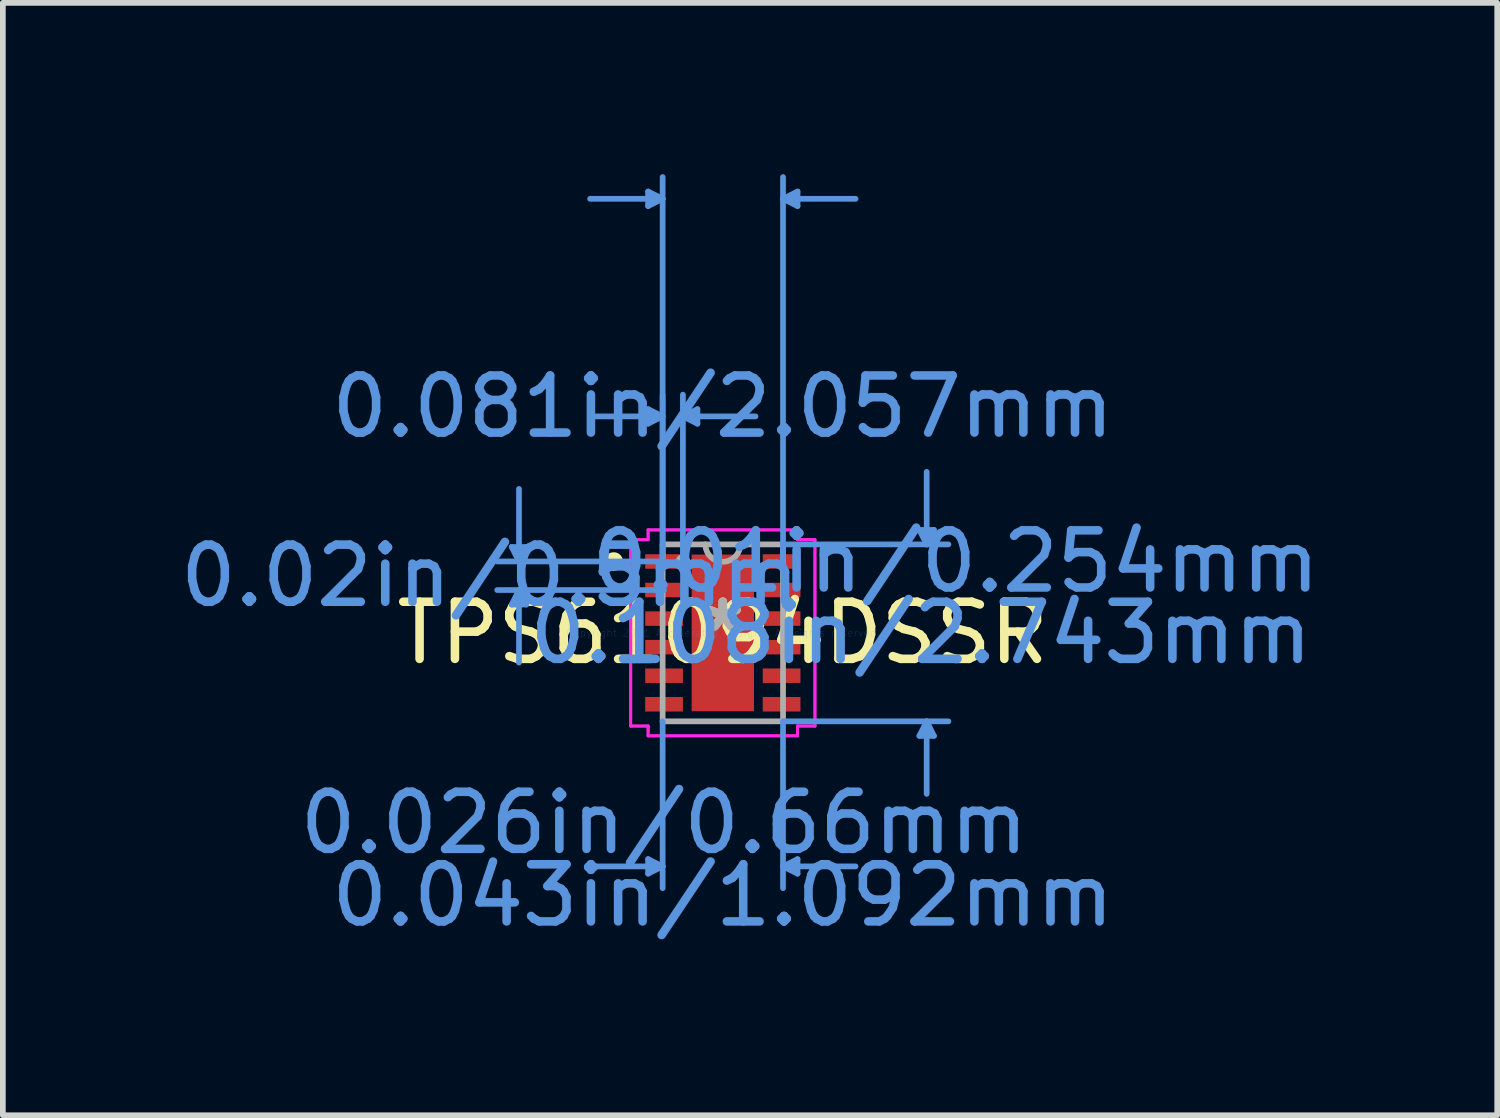
<source format=kicad_pcb>
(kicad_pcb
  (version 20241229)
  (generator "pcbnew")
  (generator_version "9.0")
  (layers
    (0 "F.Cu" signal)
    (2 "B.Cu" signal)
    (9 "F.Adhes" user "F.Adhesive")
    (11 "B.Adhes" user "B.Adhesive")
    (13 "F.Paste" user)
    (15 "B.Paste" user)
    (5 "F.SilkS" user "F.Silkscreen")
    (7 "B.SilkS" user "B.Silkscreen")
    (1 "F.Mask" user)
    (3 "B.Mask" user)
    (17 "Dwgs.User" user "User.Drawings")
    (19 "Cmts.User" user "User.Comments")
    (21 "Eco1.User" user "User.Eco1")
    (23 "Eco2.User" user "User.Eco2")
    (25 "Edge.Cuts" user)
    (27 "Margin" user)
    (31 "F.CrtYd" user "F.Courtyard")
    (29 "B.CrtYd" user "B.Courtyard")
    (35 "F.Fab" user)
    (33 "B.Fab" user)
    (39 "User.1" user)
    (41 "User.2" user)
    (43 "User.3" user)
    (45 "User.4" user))
  (footprint "TPS61094DSSR"
    (layer "F.Cu")
    (at 9.606 8.031)
    (property "Reference" "TPS61094DSSR" (at 0 0 0) (layer "F.SilkS") (effects (font (size 1 1) (thickness 0.15))))
    (attr through_hole)
    (fp_circle (center -1.91 -1.25) (end -1.808 -1.25) (stroke (width 0.12) (type solid)) (fill no) (layer "F.SilkS"))
    (fp_poly (pts (xy -0.446 -1.272) (xy -0.446 -0.1) (xy 0.446 -0.1) (xy 0.446 -1.272)) (stroke (width 0.1) (type solid)) (fill yes) (layer "F.Paste"))
    (fp_poly (pts (xy -0.446 0.1) (xy -0.446 1.272) (xy 0.446 1.272) (xy 0.446 0.1)) (stroke (width 0.1) (type solid)) (fill yes) (layer "F.Paste"))
    (fp_line (start -3.696 -1.504) (end -3.442 -1.504) (stroke (width 0.1) (type solid)) (layer "Cmts.User"))
    (fp_line (start -3.696 -0.496) (end -3.442 -0.496) (stroke (width 0.1) (type solid)) (layer "Cmts.User"))
    (fp_line (start -3.569 -1.25) (end -3.696 -1.504) (stroke (width 0.1) (type solid)) (layer "Cmts.User"))
    (fp_line (start -3.569 -1.25) (end -3.569 -2.52) (stroke (width 0.1) (type solid)) (layer "Cmts.User"))
    (fp_line (start -3.569 -1.25) (end -3.442 -1.504) (stroke (width 0.1) (type solid)) (layer "Cmts.User"))
    (fp_line (start -3.569 -0.75) (end -3.696 -0.496) (stroke (width 0.1) (type solid)) (layer "Cmts.User"))
    (fp_line (start -3.569 -0.75) (end -3.569 0.52) (stroke (width 0.1) (type solid)) (layer "Cmts.User"))
    (fp_line (start -3.569 -0.75) (end -3.442 -0.496) (stroke (width 0.1) (type solid)) (layer "Cmts.User"))
    (fp_line (start -1.308 -7.727) (end -1.308 -7.473) (stroke (width 0.1) (type solid)) (layer "Cmts.User"))
    (fp_line (start -1.308 -3.917) (end -1.308 -3.663) (stroke (width 0.1) (type solid)) (layer "Cmts.User"))
    (fp_line (start -1.308 3.962) (end -1.308 4.216) (stroke (width 0.1) (type solid)) (layer "Cmts.User"))
    (fp_line (start -1.054 -7.6) (end -2.324 -7.6) (stroke (width 0.1) (type solid)) (layer "Cmts.User"))
    (fp_line (start -1.054 -7.6) (end -1.308 -7.727) (stroke (width 0.1) (type solid)) (layer "Cmts.User"))
    (fp_line (start -1.054 -7.6) (end -1.308 -7.473) (stroke (width 0.1) (type solid)) (layer "Cmts.User"))
    (fp_line (start -1.054 -3.79) (end -2.324 -3.79) (stroke (width 0.1) (type solid)) (layer "Cmts.User"))
    (fp_line (start -1.054 -3.79) (end -1.308 -3.917) (stroke (width 0.1) (type solid)) (layer "Cmts.User"))
    (fp_line (start -1.054 -3.79) (end -1.308 -3.663) (stroke (width 0.1) (type solid)) (layer "Cmts.User"))
    (fp_line (start -1.054 -1.25) (end -1.054 -7.981) (stroke (width 0.1) (type solid)) (layer "Cmts.User"))
    (fp_line (start -1.054 -1.25) (end -1.054 -4.171) (stroke (width 0.1) (type solid)) (layer "Cmts.User"))
    (fp_line (start -1.054 1.549) (end -1.054 4.47) (stroke (width 0.1) (type solid)) (layer "Cmts.User"))
    (fp_line (start -1.054 4.089) (end -2.324 4.089) (stroke (width 0.1) (type solid)) (layer "Cmts.User"))
    (fp_line (start -1.054 4.089) (end -1.308 3.962) (stroke (width 0.1) (type solid)) (layer "Cmts.User"))
    (fp_line (start -1.054 4.089) (end -1.308 4.216) (stroke (width 0.1) (type solid)) (layer "Cmts.User"))
    (fp_line (start -1.029 -1.25) (end -3.95 -1.25) (stroke (width 0.1) (type solid)) (layer "Cmts.User"))
    (fp_line (start -1.029 -0.75) (end -3.95 -0.75) (stroke (width 0.1) (type solid)) (layer "Cmts.User"))
    (fp_line (start -0.699 -3.79) (end -0.445 -3.917) (stroke (width 0.1) (type solid)) (layer "Cmts.User"))
    (fp_line (start -0.699 -3.79) (end -0.445 -3.663) (stroke (width 0.1) (type solid)) (layer "Cmts.User"))
    (fp_line (start -0.699 -3.79) (end 0.572 -3.79) (stroke (width 0.1) (type solid)) (layer "Cmts.User"))
    (fp_line (start -0.699 -1.25) (end -0.699 -4.171) (stroke (width 0.1) (type solid)) (layer "Cmts.User"))
    (fp_line (start -0.445 -3.917) (end -0.445 -3.663) (stroke (width 0.1) (type solid)) (layer "Cmts.User"))
    (fp_line (start 1.054 -7.6) (end 1.308 -7.727) (stroke (width 0.1) (type solid)) (layer "Cmts.User"))
    (fp_line (start 1.054 -7.6) (end 1.308 -7.473) (stroke (width 0.1) (type solid)) (layer "Cmts.User"))
    (fp_line (start 1.054 -7.6) (end 2.324 -7.6) (stroke (width 0.1) (type solid)) (layer "Cmts.User"))
    (fp_line (start 1.054 -1.549) (end 3.95 -1.549) (stroke (width 0.1) (type solid)) (layer "Cmts.User"))
    (fp_line (start 1.054 -1.25) (end 1.054 -7.981) (stroke (width 0.1) (type solid)) (layer "Cmts.User"))
    (fp_line (start 1.054 1.549) (end 1.054 4.47) (stroke (width 0.1) (type solid)) (layer "Cmts.User"))
    (fp_line (start 1.054 1.549) (end 3.95 1.549) (stroke (width 0.1) (type solid)) (layer "Cmts.User"))
    (fp_line (start 1.054 4.089) (end 1.308 3.962) (stroke (width 0.1) (type solid)) (layer "Cmts.User"))
    (fp_line (start 1.054 4.089) (end 1.308 4.216) (stroke (width 0.1) (type solid)) (layer "Cmts.User"))
    (fp_line (start 1.054 4.089) (end 2.324 4.089) (stroke (width 0.1) (type solid)) (layer "Cmts.User"))
    (fp_line (start 1.308 -7.727) (end 1.308 -7.473) (stroke (width 0.1) (type solid)) (layer "Cmts.User"))
    (fp_line (start 1.308 3.962) (end 1.308 4.216) (stroke (width 0.1) (type solid)) (layer "Cmts.User"))
    (fp_line (start 3.442 -1.803) (end 3.696 -1.803) (stroke (width 0.1) (type solid)) (layer "Cmts.User"))
    (fp_line (start 3.442 1.803) (end 3.696 1.803) (stroke (width 0.1) (type solid)) (layer "Cmts.User"))
    (fp_line (start 3.569 -1.549) (end 3.442 -1.803) (stroke (width 0.1) (type solid)) (layer "Cmts.User"))
    (fp_line (start 3.569 -1.549) (end 3.569 -2.819) (stroke (width 0.1) (type solid)) (layer "Cmts.User"))
    (fp_line (start 3.569 -1.549) (end 3.696 -1.803) (stroke (width 0.1) (type solid)) (layer "Cmts.User"))
    (fp_line (start 3.569 1.549) (end 3.442 1.803) (stroke (width 0.1) (type solid)) (layer "Cmts.User"))
    (fp_line (start 3.569 1.549) (end 3.569 2.819) (stroke (width 0.1) (type solid)) (layer "Cmts.User"))
    (fp_line (start 3.569 1.549) (end 3.696 1.803) (stroke (width 0.1) (type solid)) (layer "Cmts.User"))
    (fp_line (start -1.613 -1.631) (end -1.308 -1.631) (stroke (width 0.05) (type solid)) (layer "F.CrtYd"))
    (fp_line (start -1.613 -1.631) (end -1.308 -1.631) (stroke (width 0.05) (type solid)) (layer "F.CrtYd"))
    (fp_line (start -1.613 1.631) (end -1.613 -1.631) (stroke (width 0.05) (type solid)) (layer "F.CrtYd"))
    (fp_line (start -1.613 1.631) (end -1.613 -1.631) (stroke (width 0.05) (type solid)) (layer "F.CrtYd"))
    (fp_line (start -1.613 1.631) (end -1.308 1.631) (stroke (width 0.05) (type solid)) (layer "F.CrtYd"))
    (fp_line (start -1.308 -1.803) (end 1.308 -1.803) (stroke (width 0.05) (type solid)) (layer "F.CrtYd"))
    (fp_line (start -1.308 -1.803) (end 1.308 -1.803) (stroke (width 0.05) (type solid)) (layer "F.CrtYd"))
    (fp_line (start -1.308 -1.631) (end -1.308 -1.803) (stroke (width 0.05) (type solid)) (layer "F.CrtYd"))
    (fp_line (start -1.308 -1.631) (end -1.308 -1.803) (stroke (width 0.05) (type solid)) (layer "F.CrtYd"))
    (fp_line (start -1.308 1.631) (end -1.613 1.631) (stroke (width 0.05) (type solid)) (layer "F.CrtYd"))
    (fp_line (start -1.308 1.803) (end -1.308 1.631) (stroke (width 0.05) (type solid)) (layer "F.CrtYd"))
    (fp_line (start -1.308 1.803) (end -1.308 1.631) (stroke (width 0.05) (type solid)) (layer "F.CrtYd"))
    (fp_line (start 1.308 -1.803) (end 1.308 -1.631) (stroke (width 0.05) (type solid)) (layer "F.CrtYd"))
    (fp_line (start 1.308 -1.803) (end 1.308 -1.631) (stroke (width 0.05) (type solid)) (layer "F.CrtYd"))
    (fp_line (start 1.308 -1.631) (end 1.613 -1.631) (stroke (width 0.05) (type solid)) (layer "F.CrtYd"))
    (fp_line (start 1.308 1.631) (end 1.308 1.803) (stroke (width 0.05) (type solid)) (layer "F.CrtYd"))
    (fp_line (start 1.308 1.631) (end 1.308 1.803) (stroke (width 0.05) (type solid)) (layer "F.CrtYd"))
    (fp_line (start 1.308 1.803) (end -1.308 1.803) (stroke (width 0.05) (type solid)) (layer "F.CrtYd"))
    (fp_line (start 1.308 1.803) (end -1.308 1.803) (stroke (width 0.05) (type solid)) (layer "F.CrtYd"))
    (fp_line (start 1.613 -1.631) (end 1.308 -1.631) (stroke (width 0.05) (type solid)) (layer "F.CrtYd"))
    (fp_line (start 1.613 -1.631) (end 1.613 1.631) (stroke (width 0.05) (type solid)) (layer "F.CrtYd"))
    (fp_line (start 1.613 -1.631) (end 1.613 1.631) (stroke (width 0.05) (type solid)) (layer "F.CrtYd"))
    (fp_line (start 1.613 1.631) (end 1.308 1.631) (stroke (width 0.05) (type solid)) (layer "F.CrtYd"))
    (fp_line (start 1.613 1.631) (end 1.308 1.631) (stroke (width 0.05) (type solid)) (layer "F.CrtYd"))
    (fp_line (start -1.054 -1.549) (end -1.054 1.549) (stroke (width 0.1) (type solid)) (layer "F.Fab"))
    (fp_line (start -1.054 1.549) (end 1.054 1.549) (stroke (width 0.1) (type solid)) (layer "F.Fab"))
    (fp_line (start 1.054 -1.549) (end -1.054 -1.549) (stroke (width 0.1) (type solid)) (layer "F.Fab"))
    (fp_line (start 1.054 1.549) (end 1.054 -1.549) (stroke (width 0.1) (type solid)) (layer "F.Fab"))
    (fp_arc (start 0.3048 -1.5494) (mid 0 -1.2446) (end -0.3048 -1.5494) (stroke (width 0.1) (type solid)) (layer "F.Fab"))
    (fp_circle (center -0.699 -1.25) (end -0.622 -1.25) (stroke (width 0.1) (type solid)) (fill no) (layer "F.Fab"))
    (fp_text user "*" (at 0 0 0) (layer "F.SilkS") (effects (font (size 1 1) (thickness 0.15))))
    (fp_text user "Copyright 2021 Accelerated Designs. All rights reserved." (at 0 0 0) (layer "Cmts.User") (effects (font (size 0.127 0.127) (thickness 0.002))))
    (fp_text user "0.026in/0.66mm" (at -1.029 3.327 0) (layer "Cmts.User") (effects (font (size 1 1) (thickness 0.15))))
    (fp_text user "0.108in/2.743mm" (at 3.467 0 0) (layer "Cmts.User") (effects (font (size 1 1) (thickness 0.15))))
    (fp_text user "0.01in/0.254mm" (at 4.077 -1.25 0) (layer "Cmts.User") (effects (font (size 1 1) (thickness 0.15))))
    (fp_text user "0.043in/1.092mm" (at 0 4.597 0) (layer "Cmts.User") (effects (font (size 1 1) (thickness 0.15))))
    (fp_text user "0.02in/0.5mm" (at -4.077 -1 0) (layer "Cmts.User") (effects (font (size 1 1) (thickness 0.15))))
    (fp_text user "0.081in/2.057mm" (at 0 -3.962 0) (layer "Cmts.User") (effects (font (size 1 1) (thickness 0.15))))
    (fp_text user "*" (at 0 0 0) (layer "F.Fab") (effects (font (size 1 1) (thickness 0.15))))
    (pad "1" smd rect (at -1.029 -1.25) (size 0.66 0.254) (layers "F.Cu" "F.Mask" "F.Paste"))
    (pad "2" smd rect (at -1.029 -0.75) (size 0.66 0.254) (layers "F.Cu" "F.Mask" "F.Paste"))
    (pad "3" smd rect (at -1.029 -0.25) (size 0.66 0.254) (layers "F.Cu" "F.Mask" "F.Paste"))
    (pad "4" smd rect (at -1.029 0.25) (size 0.66 0.254) (layers "F.Cu" "F.Mask" "F.Paste"))
    (pad "5" smd rect (at -1.029 0.75) (size 0.66 0.254) (layers "F.Cu" "F.Mask" "F.Paste"))
    (pad "6" smd rect (at -1.029 1.25) (size 0.66 0.254) (layers "F.Cu" "F.Mask" "F.Paste"))
    (pad "7" smd rect (at 1.029 1.25) (size 0.66 0.254) (layers "F.Cu" "F.Mask" "F.Paste"))
    (pad "8" smd rect (at 1.029 0.75) (size 0.66 0.254) (layers "F.Cu" "F.Mask" "F.Paste"))
    (pad "9" smd rect (at 1.029 0.25) (size 0.66 0.254) (layers "F.Cu" "F.Mask" "F.Paste"))
    (pad "10" smd rect (at 1.029 -0.25) (size 0.66 0.254) (layers "F.Cu" "F.Mask" "F.Paste"))
    (pad "11" smd rect (at 1.029 -0.75) (size 0.66 0.254) (layers "F.Cu" "F.Mask" "F.Paste"))
    (pad "12" smd rect (at 1.029 -1.25) (size 0.66 0.254) (layers "F.Cu" "F.Mask" "F.Paste"))
    (pad "13" smd rect (at 0 0) (size 1.092 2.743) (layers "F.Cu" "F.Mask" "F.Paste")))
  (gr_rect
    (start -3 -3)
    (end 23.165 16.477)
    (stroke (width 0.1) (type default))
    (fill no)
    (layer "Edge.Cuts")))
</source>
